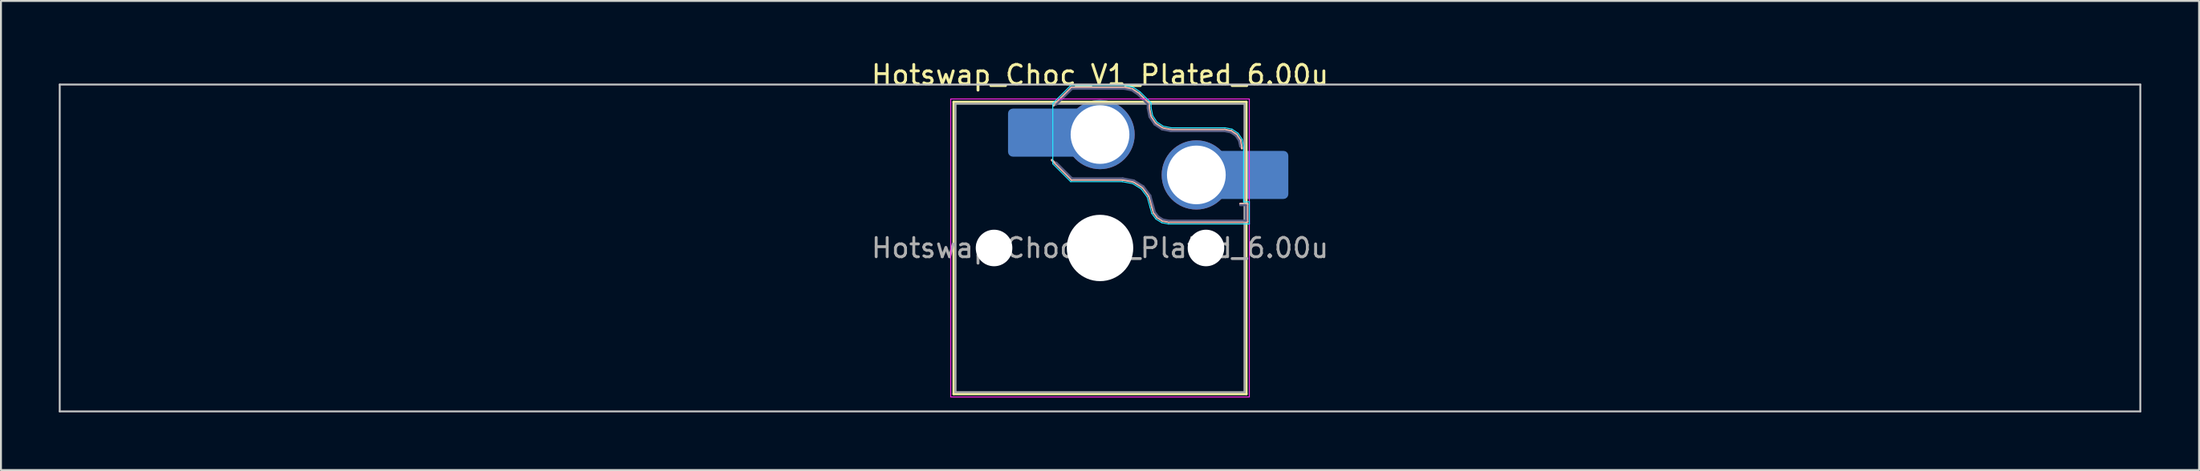
<source format=kicad_pcb>
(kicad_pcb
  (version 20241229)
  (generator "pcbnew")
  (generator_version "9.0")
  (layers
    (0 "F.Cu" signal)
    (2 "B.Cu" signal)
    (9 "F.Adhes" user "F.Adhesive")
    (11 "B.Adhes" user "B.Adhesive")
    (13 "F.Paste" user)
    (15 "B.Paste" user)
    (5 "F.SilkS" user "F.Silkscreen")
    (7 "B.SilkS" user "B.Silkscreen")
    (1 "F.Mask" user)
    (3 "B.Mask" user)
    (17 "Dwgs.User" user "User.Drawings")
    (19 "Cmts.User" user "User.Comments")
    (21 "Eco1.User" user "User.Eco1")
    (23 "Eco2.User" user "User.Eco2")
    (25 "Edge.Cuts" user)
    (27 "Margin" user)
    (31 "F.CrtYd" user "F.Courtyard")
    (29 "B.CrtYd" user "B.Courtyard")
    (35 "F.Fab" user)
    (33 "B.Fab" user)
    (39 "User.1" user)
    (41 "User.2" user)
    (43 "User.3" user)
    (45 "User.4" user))
  (footprint "Hotswap_Choc_V1_Plated_6.00u"
    (layer "F.Cu")
    (at 54.05 9.848)
    (property "Reference" "Hotswap_Choc_V1_Plated_6.00u" (at 0 -9 0) (layer "F.SilkS") (effects (font (size 1 1) (thickness 0.15))))
    (attr smd allow_soldermask_bridges)
    (fp_line (start -7.6 -7.6) (end -7.6 7.6) (stroke (width 0.12) (type solid)) (layer "F.SilkS"))
    (fp_line (start -7.6 7.6) (end 7.6 7.6) (stroke (width 0.12) (type solid)) (layer "F.SilkS"))
    (fp_line (start 7.6 -7.6) (end -7.6 -7.6) (stroke (width 0.12) (type solid)) (layer "F.SilkS"))
    (fp_line (start 7.6 7.6) (end 7.6 -7.6) (stroke (width 0.12) (type solid)) (layer "F.SilkS"))
    (fp_line (start -2.416 -7.409) (end -1.479 -8.346) (stroke (width 0.12) (type solid)) (layer "B.SilkS"))
    (fp_line (start -1.479 -8.346) (end 1.268 -8.346) (stroke (width 0.12) (type solid)) (layer "B.SilkS"))
    (fp_line (start -1.479 -3.554) (end -2.5 -4.575) (stroke (width 0.12) (type solid)) (layer "B.SilkS"))
    (fp_line (start 1.168 -3.554) (end -1.479 -3.554) (stroke (width 0.12) (type solid)) (layer "B.SilkS"))
    (fp_line (start 1.268 -8.346) (end 1.671 -8.266) (stroke (width 0.12) (type solid)) (layer "B.SilkS"))
    (fp_line (start 1.671 -8.266) (end 2.013 -8.037) (stroke (width 0.12) (type solid)) (layer "B.SilkS"))
    (fp_line (start 1.73 -3.449) (end 1.168 -3.554) (stroke (width 0.12) (type solid)) (layer "B.SilkS"))
    (fp_line (start 2.013 -8.037) (end 2.546 -7.504) (stroke (width 0.12) (type solid)) (layer "B.SilkS"))
    (fp_line (start 2.209 -3.15) (end 1.73 -3.449) (stroke (width 0.12) (type solid)) (layer "B.SilkS"))
    (fp_line (start 2.546 -7.504) (end 2.546 -7.282) (stroke (width 0.12) (type solid)) (layer "B.SilkS"))
    (fp_line (start 2.546 -7.282) (end 2.633 -6.844) (stroke (width 0.12) (type solid)) (layer "B.SilkS"))
    (fp_line (start 2.547 -2.697) (end 2.209 -3.15) (stroke (width 0.12) (type solid)) (layer "B.SilkS"))
    (fp_line (start 2.633 -6.844) (end 2.877 -6.477) (stroke (width 0.12) (type solid)) (layer "B.SilkS"))
    (fp_line (start 2.701 -2.139) (end 2.547 -2.697) (stroke (width 0.12) (type solid)) (layer "B.SilkS"))
    (fp_line (start 2.783 -1.841) (end 2.701 -2.139) (stroke (width 0.12) (type solid)) (layer "B.SilkS"))
    (fp_line (start 2.877 -6.477) (end 3.244 -6.233) (stroke (width 0.12) (type solid)) (layer "B.SilkS"))
    (fp_line (start 2.976 -1.583) (end 2.783 -1.841) (stroke (width 0.12) (type solid)) (layer "B.SilkS"))
    (fp_line (start 3.244 -6.233) (end 3.682 -6.146) (stroke (width 0.12) (type solid)) (layer "B.SilkS"))
    (fp_line (start 3.25 -1.413) (end 2.976 -1.583) (stroke (width 0.12) (type solid)) (layer "B.SilkS"))
    (fp_line (start 3.56 -1.354) (end 3.25 -1.413) (stroke (width 0.12) (type solid)) (layer "B.SilkS"))
    (fp_line (start 3.682 -6.146) (end 6.482 -6.146) (stroke (width 0.12) (type solid)) (layer "B.SilkS"))
    (fp_line (start 6.482 -6.146) (end 6.809 -6.081) (stroke (width 0.12) (type solid)) (layer "B.SilkS"))
    (fp_line (start 6.809 -6.081) (end 7.092 -5.892) (stroke (width 0.12) (type solid)) (layer "B.SilkS"))
    (fp_line (start 7.092 -5.892) (end 7.281 -5.609) (stroke (width 0.12) (type solid)) (layer "B.SilkS"))
    (fp_line (start 7.281 -5.609) (end 7.366 -5.182) (stroke (width 0.12) (type solid)) (layer "B.SilkS"))
    (fp_line (start 7.283 -2.296) (end 7.646 -2.296) (stroke (width 0.12) (type solid)) (layer "B.SilkS"))
    (fp_line (start 7.646 -2.296) (end 7.646 -1.354) (stroke (width 0.12) (type solid)) (layer "B.SilkS"))
    (fp_line (start 7.646 -1.354) (end 3.56 -1.354) (stroke (width 0.12) (type solid)) (layer "B.SilkS"))
    (fp_line (start -54 -8.5) (end -54 8.5) (stroke (width 0.1) (type solid)) (layer "Dwgs.User"))
    (fp_line (start -54 8.5) (end 54 8.5) (stroke (width 0.1) (type solid)) (layer "Dwgs.User"))
    (fp_line (start 54 -8.5) (end -54 -8.5) (stroke (width 0.1) (type solid)) (layer "Dwgs.User"))
    (fp_line (start 54 8.5) (end 54 -8.5) (stroke (width 0.1) (type solid)) (layer "Dwgs.User"))
    (fp_line (start -7.25 -7.25) (end -7.25 7.25) (stroke (width 0.1) (type solid)) (layer "Eco1.User"))
    (fp_line (start -7.25 7.25) (end 7.25 7.25) (stroke (width 0.1) (type solid)) (layer "Eco1.User"))
    (fp_line (start 7.25 -7.25) (end -7.25 -7.25) (stroke (width 0.1) (type solid)) (layer "Eco1.User"))
    (fp_line (start 7.25 7.25) (end 7.25 -7.25) (stroke (width 0.1) (type solid)) (layer "Eco1.User"))
    (fp_line (start -2.452 -7.523) (end -1.523 -8.452) (stroke (width 0.05) (type solid)) (layer "B.CrtYd"))
    (fp_line (start -2.452 -4.377) (end -2.452 -7.523) (stroke (width 0.05) (type solid)) (layer "B.CrtYd"))
    (fp_line (start -1.523 -8.452) (end 1.278 -8.452) (stroke (width 0.05) (type solid)) (layer "B.CrtYd"))
    (fp_line (start -1.523 -3.448) (end -2.452 -4.377) (stroke (width 0.05) (type solid)) (layer "B.CrtYd"))
    (fp_line (start 1.159 -3.448) (end -1.523 -3.448) (stroke (width 0.05) (type solid)) (layer "B.CrtYd"))
    (fp_line (start 1.278 -8.452) (end 1.712 -8.366) (stroke (width 0.05) (type solid)) (layer "B.CrtYd"))
    (fp_line (start 1.691 -3.348) (end 1.159 -3.448) (stroke (width 0.05) (type solid)) (layer "B.CrtYd"))
    (fp_line (start 1.712 -8.366) (end 2.081 -8.119) (stroke (width 0.05) (type solid)) (layer "B.CrtYd"))
    (fp_line (start 2.081 -8.119) (end 2.652 -7.548) (stroke (width 0.05) (type solid)) (layer "B.CrtYd"))
    (fp_line (start 2.136 -3.071) (end 1.691 -3.348) (stroke (width 0.05) (type solid)) (layer "B.CrtYd"))
    (fp_line (start 2.45 -2.65) (end 2.136 -3.071) (stroke (width 0.05) (type solid)) (layer "B.CrtYd"))
    (fp_line (start 2.599 -2.111) (end 2.45 -2.65) (stroke (width 0.05) (type solid)) (layer "B.CrtYd"))
    (fp_line (start 2.652 -7.548) (end 2.652 -7.292) (stroke (width 0.05) (type solid)) (layer "B.CrtYd"))
    (fp_line (start 2.652 -7.292) (end 2.733 -6.885) (stroke (width 0.05) (type solid)) (layer "B.CrtYd"))
    (fp_line (start 2.687 -1.794) (end 2.599 -2.111) (stroke (width 0.05) (type solid)) (layer "B.CrtYd"))
    (fp_line (start 2.733 -6.885) (end 2.953 -6.553) (stroke (width 0.05) (type solid)) (layer "B.CrtYd"))
    (fp_line (start 2.903 -1.503) (end 2.687 -1.794) (stroke (width 0.05) (type solid)) (layer "B.CrtYd"))
    (fp_line (start 2.953 -6.553) (end 3.285 -6.333) (stroke (width 0.05) (type solid)) (layer "B.CrtYd"))
    (fp_line (start 3.211 -1.312) (end 2.903 -1.503) (stroke (width 0.05) (type solid)) (layer "B.CrtYd"))
    (fp_line (start 3.285 -6.333) (end 3.692 -6.252) (stroke (width 0.05) (type solid)) (layer "B.CrtYd"))
    (fp_line (start 3.55 -1.248) (end 3.211 -1.312) (stroke (width 0.05) (type solid)) (layer "B.CrtYd"))
    (fp_line (start 3.692 -6.252) (end 6.492 -6.252) (stroke (width 0.05) (type solid)) (layer "B.CrtYd"))
    (fp_line (start 6.492 -6.252) (end 6.85 -6.181) (stroke (width 0.05) (type solid)) (layer "B.CrtYd"))
    (fp_line (start 6.85 -6.181) (end 7.168 -5.968) (stroke (width 0.05) (type solid)) (layer "B.CrtYd"))
    (fp_line (start 7.168 -5.968) (end 7.381 -5.65) (stroke (width 0.05) (type solid)) (layer "B.CrtYd"))
    (fp_line (start 7.381 -5.65) (end 7.452 -5.292) (stroke (width 0.05) (type solid)) (layer "B.CrtYd"))
    (fp_line (start 7.452 -5.292) (end 7.452 -2.402) (stroke (width 0.05) (type solid)) (layer "B.CrtYd"))
    (fp_line (start 7.452 -2.402) (end 7.752 -2.402) (stroke (width 0.05) (type solid)) (layer "B.CrtYd"))
    (fp_line (start 7.752 -2.402) (end 7.752 -1.248) (stroke (width 0.05) (type solid)) (layer "B.CrtYd"))
    (fp_line (start 7.752 -1.248) (end 3.55 -1.248) (stroke (width 0.05) (type solid)) (layer "B.CrtYd"))
    (fp_line (start -7.75 -7.75) (end -7.75 7.75) (stroke (width 0.05) (type solid)) (layer "F.CrtYd"))
    (fp_line (start -7.75 7.75) (end 7.75 7.75) (stroke (width 0.05) (type solid)) (layer "F.CrtYd"))
    (fp_line (start 7.75 -7.75) (end -7.75 -7.75) (stroke (width 0.05) (type solid)) (layer "F.CrtYd"))
    (fp_line (start 7.75 7.75) (end 7.75 -7.75) (stroke (width 0.05) (type solid)) (layer "F.CrtYd"))
    (fp_line (start -2.275 -7.45) (end -1.45 -8.275) (stroke (width 0.1) (type solid)) (layer "B.Fab"))
    (fp_line (start -1.45 -8.275) (end 1.261 -8.275) (stroke (width 0.1) (type solid)) (layer "B.Fab"))
    (fp_line (start -1.45 -3.625) (end -2.275 -4.45) (stroke (width 0.1) (type solid)) (layer "B.Fab"))
    (fp_line (start 1.175 -3.625) (end -1.45 -3.625) (stroke (width 0.1) (type solid)) (layer "B.Fab"))
    (fp_line (start 1.261 -8.275) (end 1.643 -8.199) (stroke (width 0.1) (type solid)) (layer "B.Fab"))
    (fp_line (start 1.643 -8.199) (end 1.968 -7.982) (stroke (width 0.1) (type solid)) (layer "B.Fab"))
    (fp_line (start 1.756 -3.516) (end 1.175 -3.625) (stroke (width 0.1) (type solid)) (layer "B.Fab"))
    (fp_line (start 1.968 -7.982) (end 2.475 -7.475) (stroke (width 0.1) (type solid)) (layer "B.Fab"))
    (fp_line (start 2.258 -3.203) (end 1.756 -3.516) (stroke (width 0.1) (type solid)) (layer "B.Fab"))
    (fp_line (start 2.475 -7.475) (end 2.475 -7.275) (stroke (width 0.1) (type solid)) (layer "B.Fab"))
    (fp_line (start 2.475 -7.275) (end 2.566 -6.816) (stroke (width 0.1) (type solid)) (layer "B.Fab"))
    (fp_line (start 2.566 -6.816) (end 2.826 -6.426) (stroke (width 0.1) (type solid)) (layer "B.Fab"))
    (fp_line (start 2.612 -2.729) (end 2.258 -3.203) (stroke (width 0.1) (type solid)) (layer "B.Fab"))
    (fp_line (start 2.769 -2.158) (end 2.612 -2.729) (stroke (width 0.1) (type solid)) (layer "B.Fab"))
    (fp_line (start 2.826 -6.426) (end 3.216 -6.166) (stroke (width 0.1) (type solid)) (layer "B.Fab"))
    (fp_line (start 2.848 -1.873) (end 2.769 -2.158) (stroke (width 0.1) (type solid)) (layer "B.Fab"))
    (fp_line (start 3.025 -1.636) (end 2.848 -1.873) (stroke (width 0.1) (type solid)) (layer "B.Fab"))
    (fp_line (start 3.216 -6.166) (end 3.675 -6.075) (stroke (width 0.1) (type solid)) (layer "B.Fab"))
    (fp_line (start 3.276 -1.48) (end 3.025 -1.636) (stroke (width 0.1) (type solid)) (layer "B.Fab"))
    (fp_line (start 3.567 -1.425) (end 3.276 -1.48) (stroke (width 0.1) (type solid)) (layer "B.Fab"))
    (fp_line (start 3.675 -6.075) (end 6.475 -6.075) (stroke (width 0.1) (type solid)) (layer "B.Fab"))
    (fp_line (start 6.475 -6.075) (end 6.781 -6.014) (stroke (width 0.1) (type solid)) (layer "B.Fab"))
    (fp_line (start 6.781 -6.014) (end 7.041 -5.841) (stroke (width 0.1) (type solid)) (layer "B.Fab"))
    (fp_line (start 7.041 -5.841) (end 7.214 -5.581) (stroke (width 0.1) (type solid)) (layer "B.Fab"))
    (fp_line (start 7.214 -5.581) (end 7.275 -5.275) (stroke (width 0.1) (type solid)) (layer "B.Fab"))
    (fp_line (start 7.275 -2.225) (end 7.575 -2.225) (stroke (width 0.1) (type solid)) (layer "B.Fab"))
    (fp_line (start 7.575 -2.225) (end 7.575 -1.425) (stroke (width 0.1) (type solid)) (layer "B.Fab"))
    (fp_line (start 7.575 -1.425) (end 3.567 -1.425) (stroke (width 0.1) (type solid)) (layer "B.Fab"))
    (fp_line (start -7.5 -7.5) (end -7.5 7.5) (stroke (width 0.1) (type solid)) (layer "F.Fab"))
    (fp_line (start -7.5 7.5) (end 7.5 7.5) (stroke (width 0.1) (type solid)) (layer "F.Fab"))
    (fp_line (start 7.5 -7.5) (end -7.5 -7.5) (stroke (width 0.1) (type solid)) (layer "F.Fab"))
    (fp_line (start 7.5 7.5) (end 7.5 -7.5) (stroke (width 0.1) (type solid)) (layer "F.Fab"))
    (fp_text user "${REFERENCE}" (at 0 0 0) (layer "F.Fab") (effects (font (size 1 1) (thickness 0.15))))
    (pad "" np_thru_hole circle (at -5.5 0) (size 1.9 1.9) (drill 1.9) (layers "*.Cu" "*.Mask"))
    (pad "" smd roundrect (at -3.5 -6) (size 2.55 2.5) (layers "B.Mask" "B.Paste") (roundrect_rratio 0.1))
    (pad "" np_thru_hole circle (at 0 0) (size 3.45 3.45) (drill 3.45) (layers "*.Cu" "*.Mask"))
    (pad "" np_thru_hole circle (at 5.5 0) (size 1.9 1.9) (drill 1.9) (layers "*.Cu" "*.Mask"))
    (pad "" smd roundrect (at 8.5 -3.8) (size 2.55 2.5) (layers "B.Mask" "B.Paste") (roundrect_rratio 0.1))
    (pad "1" smd roundrect (at -2.85 -6) (size 3.85 2.5) (layers "B.Cu") (roundrect_rratio 0.1))
    (pad "1" thru_hole circle (at 0 -5.9) (size 3.6 3.6) (drill 3.05) (layers "*.Cu" "*.Mask"))
    (pad "2" thru_hole circle (at 5 -3.8) (size 3.6 3.6) (drill 3.05) (layers "*.Cu" "*.Mask"))
    (pad "2" smd roundrect (at 7.85 -3.8) (size 3.85 2.5) (layers "B.Cu") (roundrect_rratio 0.1)))
  (gr_rect
    (start -3 -3)
    (end 111.1 21.398)
    (stroke (width 0.1) (type default))
    (fill no)
    (layer "Edge.Cuts")))
</source>
